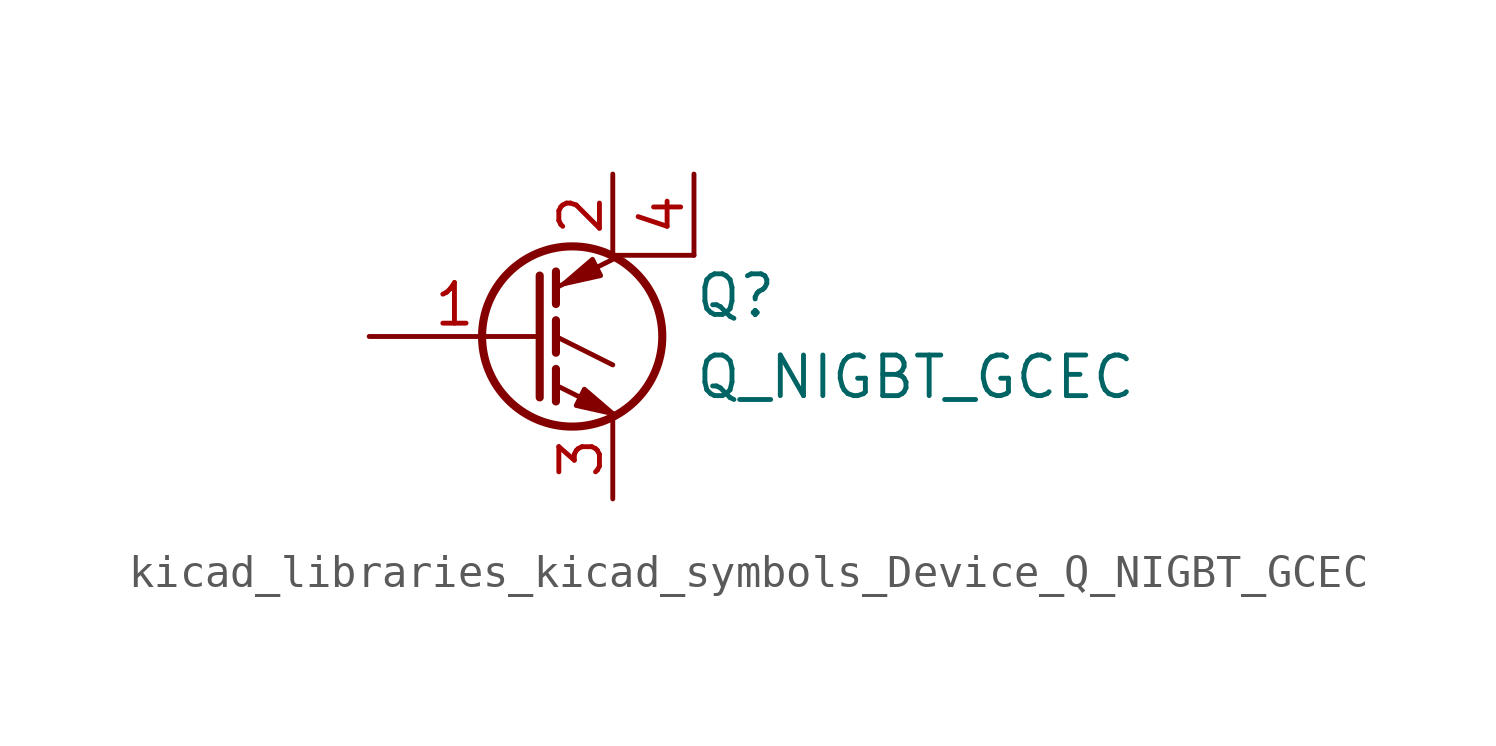
<source format=kicad_sym>
(kicad_symbol_lib
  (version 20220914)
  (generator kicad_symbol_editor)
  (symbol "kicad_libraries_kicad_symbols_Device_Q_NIGBT_GCEC"
    (pin_names
      (offset 0) hide)
    (property "Reference" "Q"
      (at 5.08 1.27 0)
      (effects (font (size 1.27 1.27)) (justify left)))
    (property "Value" "Q_NIGBT_GCEC"
      (at 5.08 -1.27 0)
      (effects (font (size 1.27 1.27)) (justify left)))
    (symbol "kicad_libraries_kicad_symbols_Device_Q_NIGBT_GCEC_0_1"
      (polyline (pts (xy 0.762 -1.016) (xy 0.762 -2.032)) (stroke (width 0.254) (type default)) (fill (type none)))
      (polyline (pts (xy 0.762 0.508) (xy 0.762 -0.508)) (stroke (width 0.254) (type default)) (fill (type none)))
      (polyline (pts (xy 0.762 2.032) (xy 0.762 1.016)) (stroke (width 0.254) (type default)) (fill (type none)))
      (polyline (pts (xy 2.54 -2.413) (xy 0.762 -1.524)) (stroke (width 0) (type default)) (fill (type none)))
      (polyline (pts (xy 2.54 -0.889) (xy 0.762 0)) (stroke (width 0) (type default)) (fill (type none)))
      (polyline (pts (xy 2.54 2.413) (xy 0.762 1.524)) (stroke (width 0) (type default)) (fill (type none)))
      (polyline (pts (xy 2.54 2.54) (xy 5.08 2.54)) (stroke (width 0) (type default)) (fill (type none)))
      (polyline (pts (xy 0.254 1.905) (xy 0.254 -1.905) (xy 0.254 -1.905)) (stroke (width 0.254) (type default)) (fill (type none)))
      (polyline (pts (xy 1.397 -2.159) (xy 1.651 -1.651) (xy 2.54 -2.413) (xy 1.397 -2.159)) (stroke (width 0) (type default)) (fill (type outline)))
      (polyline (pts (xy 2.159 1.905) (xy 1.905 2.413) (xy 1.016 1.651) (xy 2.159 1.905)) (stroke (width 0) (type default)) (fill (type outline)))
      (circle (center 1.27 0) (radius 2.819) (stroke (width 0.254) (type default)) (fill (type none))))
    (symbol "kicad_libraries_kicad_symbols_Device_Q_NIGBT_GCEC_1_1"
      (pin input line (at -5.08 0 0) (length 5.334) (name "G" (effects (font (size 1.27 1.27)))) (number "1" (effects (font (size 1.27 1.27)))))
      (pin passive line (at 2.54 5.08 270) (length 2.54) (name "C" (effects (font (size 1.27 1.27)))) (number "2" (effects (font (size 1.27 1.27)))))
      (pin passive line (at 2.54 -5.08 90) (length 2.54) (name "E" (effects (font (size 1.27 1.27)))) (number "3" (effects (font (size 1.27 1.27)))))
      (pin passive line (at 5.08 5.08 270) (length 2.54) (name "C" (effects (font (size 1.27 1.27)))) (number "4" (effects (font (size 1.27 1.27))))))))
</source>
